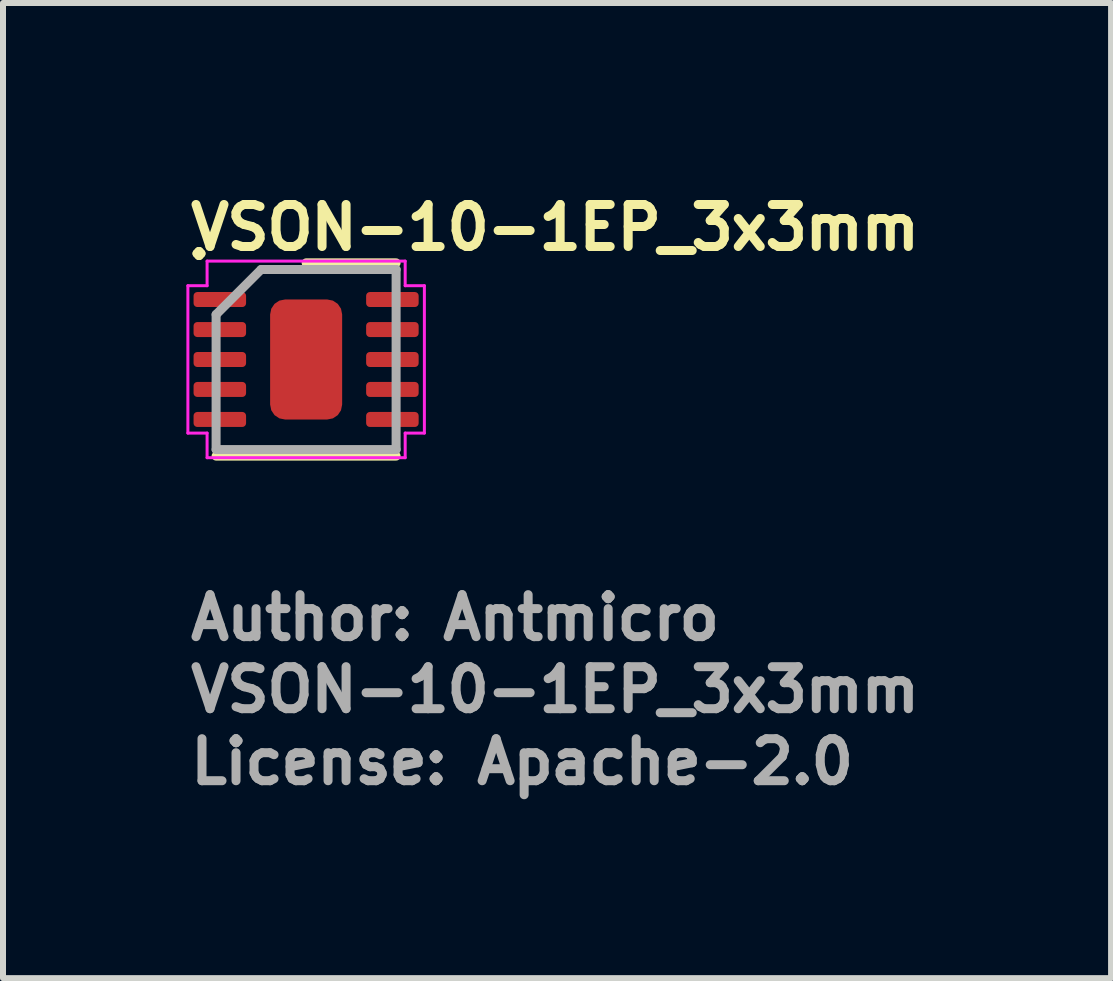
<source format=kicad_pcb>
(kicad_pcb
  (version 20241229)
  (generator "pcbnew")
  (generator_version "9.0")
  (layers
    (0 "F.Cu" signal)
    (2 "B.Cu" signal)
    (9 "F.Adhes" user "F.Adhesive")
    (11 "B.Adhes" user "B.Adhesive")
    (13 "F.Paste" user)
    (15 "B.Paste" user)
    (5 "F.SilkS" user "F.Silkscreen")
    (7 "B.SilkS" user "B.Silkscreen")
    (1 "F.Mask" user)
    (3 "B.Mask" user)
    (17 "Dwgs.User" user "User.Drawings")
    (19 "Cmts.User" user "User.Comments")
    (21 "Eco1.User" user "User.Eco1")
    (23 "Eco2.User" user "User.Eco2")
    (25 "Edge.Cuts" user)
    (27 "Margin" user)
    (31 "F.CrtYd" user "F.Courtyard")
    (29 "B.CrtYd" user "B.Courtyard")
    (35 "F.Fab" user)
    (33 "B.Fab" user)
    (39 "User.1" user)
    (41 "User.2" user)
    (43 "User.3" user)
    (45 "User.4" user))
  (footprint "VSON-10-1EP_3x3mm"
    (layer "F.Cu")
    (at 2.05 2.95)
    (property "Reference" "VSON-10-1EP_3x3mm" (at -2 -1.8 0) (layer "F.SilkS") (effects (font (size 0.7 0.7) (thickness 0.15)) (justify left bottom)))
    (attr smd)
    (fp_line (start -1.5 1.598) (end 1.499 1.598) (stroke (width 0.15) (type solid)) (layer "F.SilkS"))
    (fp_line (start 0 -1.621) (end 1.499 -1.621) (stroke (width 0.15) (type solid)) (layer "F.SilkS"))
    (fp_line (start -1.97 1.215) (end -1.97 -1.24) (stroke (width 0.05) (type solid)) (layer "F.CrtYd"))
    (fp_line (start -1.65 -1.65) (end -1.65 -1.24) (stroke (width 0.05) (type solid)) (layer "F.CrtYd"))
    (fp_line (start -1.65 -1.24) (end -1.97 -1.24) (stroke (width 0.05) (type solid)) (layer "F.CrtYd"))
    (fp_line (start -1.65 1.215) (end -1.97 1.215) (stroke (width 0.05) (type solid)) (layer "F.CrtYd"))
    (fp_line (start -1.65 1.215) (end -1.65 1.625) (stroke (width 0.05) (type solid)) (layer "F.CrtYd"))
    (fp_line (start -1.65 1.625) (end 1.65 1.625) (stroke (width 0.05) (type solid)) (layer "F.CrtYd"))
    (fp_line (start 1.65 -1.65) (end -1.65 -1.65) (stroke (width 0.05) (type solid)) (layer "F.CrtYd"))
    (fp_line (start 1.65 -1.24) (end 1.65 -1.65) (stroke (width 0.05) (type solid)) (layer "F.CrtYd"))
    (fp_line (start 1.65 -1.24) (end 1.97 -1.24) (stroke (width 0.05) (type solid)) (layer "F.CrtYd"))
    (fp_line (start 1.65 1.215) (end 1.97 1.215) (stroke (width 0.05) (type solid)) (layer "F.CrtYd"))
    (fp_line (start 1.65 1.625) (end 1.65 1.215) (stroke (width 0.05) (type solid)) (layer "F.CrtYd"))
    (fp_line (start 1.97 -1.24) (end 1.97 1.215) (stroke (width 0.05) (type solid)) (layer "F.CrtYd"))
    (fp_line (start -1.5 -0.76) (end -0.75 -1.51) (stroke (width 0.15) (type solid)) (layer "F.Fab"))
    (fp_line (start -1.5 1.489) (end -1.5 -0.76) (stroke (width 0.15) (type solid)) (layer "F.Fab"))
    (fp_line (start -0.75 -1.51) (end 1.499 -1.51) (stroke (width 0.15) (type solid)) (layer "F.Fab"))
    (fp_line (start 1.499 -1.51) (end 1.499 1.489) (stroke (width 0.15) (type solid)) (layer "F.Fab"))
    (fp_line (start 1.499 1.489) (end -1.5 1.489) (stroke (width 0.15) (type solid)) (layer "F.Fab"))
    (fp_rect (start -1.5 -1.5) (end 1.499 1.499) (stroke (width 0.1) (type solid)) (fill no) (layer "User.5"))
    (fp_line (start -1.5 -1.121) (end -1.5 -0.881) (stroke (width 0.02) (type solid)) (layer "User.9"))
    (fp_line (start -1.5 -0.881) (end -1.49 -0.881) (stroke (width 0.02) (type solid)) (layer "User.9"))
    (fp_line (start -1.5 -0.621) (end -1.5 -0.38) (stroke (width 0.02) (type solid)) (layer "User.9"))
    (fp_line (start -1.5 -0.38) (end -1.49 -0.38) (stroke (width 0.02) (type solid)) (layer "User.9"))
    (fp_line (start -1.5 -0.121) (end -1.5 0.119) (stroke (width 0.02) (type solid)) (layer "User.9"))
    (fp_line (start -1.5 0.119) (end -1.49 0.119) (stroke (width 0.02) (type solid)) (layer "User.9"))
    (fp_line (start -1.5 0.378) (end -1.5 0.618) (stroke (width 0.02) (type solid)) (layer "User.9"))
    (fp_line (start -1.5 0.618) (end -1.49 0.618) (stroke (width 0.02) (type solid)) (layer "User.9"))
    (fp_line (start -1.5 0.878) (end -1.5 1.12) (stroke (width 0.02) (type solid)) (layer "User.9"))
    (fp_line (start -1.5 1.12) (end -1.49 1.12) (stroke (width 0.02) (type solid)) (layer "User.9"))
    (fp_line (start -1.49 -1.49) (end -1.49 1.489) (stroke (width 0.02) (type solid)) (layer "User.9"))
    (fp_line (start -1.49 -1.49) (end 1.489 -1.49) (stroke (width 0.02) (type solid)) (layer "User.9"))
    (fp_line (start -1.49 -1.121) (end -1.5 -1.121) (stroke (width 0.02) (type solid)) (layer "User.9"))
    (fp_line (start -1.49 -0.621) (end -1.5 -0.621) (stroke (width 0.02) (type solid)) (layer "User.9"))
    (fp_line (start -1.49 -0.121) (end -1.5 -0.121) (stroke (width 0.02) (type solid)) (layer "User.9"))
    (fp_line (start -1.49 0.378) (end -1.5 0.378) (stroke (width 0.02) (type solid)) (layer "User.9"))
    (fp_line (start -1.49 0.878) (end -1.5 0.878) (stroke (width 0.02) (type solid)) (layer "User.9"))
    (fp_line (start -1.49 1.489) (end 1.489 1.489) (stroke (width 0.02) (type solid)) (layer "User.9"))
    (fp_line (start -1.101 -0.817) (end -1.101 -0.802) (stroke (width 0.02) (type solid)) (layer "User.9"))
    (fp_line (start -1.101 -0.802) (end -1.101 -0.802) (stroke (width 0.02) (type solid)) (layer "User.9"))
    (fp_line (start -1.101 -0.802) (end -1.101 -0.786) (stroke (width 0.02) (type solid)) (layer "User.9"))
    (fp_line (start -1.101 -0.786) (end -1.099 -0.771) (stroke (width 0.02) (type solid)) (layer "User.9"))
    (fp_line (start -1.099 -0.832) (end -1.101 -0.817) (stroke (width 0.02) (type solid)) (layer "User.9"))
    (fp_line (start -1.099 -0.771) (end -1.097 -0.755) (stroke (width 0.02) (type solid)) (layer "User.9"))
    (fp_line (start -1.097 -0.846) (end -1.099 -0.832) (stroke (width 0.02) (type solid)) (layer "User.9"))
    (fp_line (start -1.097 -0.755) (end -1.095 -0.74) (stroke (width 0.02) (type solid)) (layer "User.9"))
    (fp_line (start -1.095 -0.861) (end -1.097 -0.846) (stroke (width 0.02) (type solid)) (layer "User.9"))
    (fp_line (start -1.095 -0.74) (end -1.091 -0.726) (stroke (width 0.02) (type solid)) (layer "User.9"))
    (fp_line (start -1.091 -0.875) (end -1.095 -0.861) (stroke (width 0.02) (type solid)) (layer "User.9"))
    (fp_line (start -1.091 -0.726) (end -1.087 -0.711) (stroke (width 0.02) (type solid)) (layer "User.9"))
    (fp_line (start -1.087 -0.89) (end -1.091 -0.875) (stroke (width 0.02) (type solid)) (layer "User.9"))
    (fp_line (start -1.087 -0.711) (end -1.083 -0.698) (stroke (width 0.02) (type solid)) (layer "User.9"))
    (fp_line (start -1.083 -0.905) (end -1.087 -0.89) (stroke (width 0.02) (type solid)) (layer "User.9"))
    (fp_line (start -1.083 -0.698) (end -1.077 -0.685) (stroke (width 0.02) (type solid)) (layer "User.9"))
    (fp_line (start -1.077 -0.918) (end -1.083 -0.905) (stroke (width 0.02) (type solid)) (layer "User.9"))
    (fp_line (start -1.077 -0.685) (end -1.071 -0.671) (stroke (width 0.02) (type solid)) (layer "User.9"))
    (fp_line (start -1.071 -0.932) (end -1.077 -0.918) (stroke (width 0.02) (type solid)) (layer "User.9"))
    (fp_line (start -1.071 -0.671) (end -1.065 -0.659) (stroke (width 0.02) (type solid)) (layer "User.9"))
    (fp_line (start -1.065 -0.944) (end -1.071 -0.932) (stroke (width 0.02) (type solid)) (layer "User.9"))
    (fp_line (start -1.065 -0.659) (end -1.057 -0.646) (stroke (width 0.02) (type solid)) (layer "User.9"))
    (fp_line (start -1.057 -0.957) (end -1.065 -0.944) (stroke (width 0.02) (type solid)) (layer "User.9"))
    (fp_line (start -1.057 -0.646) (end -1.049 -0.633) (stroke (width 0.02) (type solid)) (layer "User.9"))
    (fp_line (start -1.049 -0.968) (end -1.057 -0.957) (stroke (width 0.02) (type solid)) (layer "User.9"))
    (fp_line (start -1.049 -0.633) (end -1.041 -0.621) (stroke (width 0.02) (type solid)) (layer "User.9"))
    (fp_line (start -1.041 -0.98) (end -1.049 -0.968) (stroke (width 0.02) (type solid)) (layer "User.9"))
    (fp_line (start -1.041 -0.621) (end -1.033 -0.61) (stroke (width 0.02) (type solid)) (layer "User.9"))
    (fp_line (start -1.033 -0.991) (end -1.041 -0.98) (stroke (width 0.02) (type solid)) (layer "User.9"))
    (fp_line (start -1.033 -0.61) (end -1.024 -0.599) (stroke (width 0.02) (type solid)) (layer "User.9"))
    (fp_line (start -1.024 -1.002) (end -1.033 -0.991) (stroke (width 0.02) (type solid)) (layer "User.9"))
    (fp_line (start -1.024 -0.599) (end -1.014 -0.588) (stroke (width 0.02) (type solid)) (layer "User.9"))
    (fp_line (start -1.014 -1.014) (end -1.024 -1.002) (stroke (width 0.02) (type solid)) (layer "User.9"))
    (fp_line (start -1.014 -0.588) (end -1.002 -0.578) (stroke (width 0.02) (type solid)) (layer "User.9"))
    (fp_line (start -1.002 -1.024) (end -1.014 -1.014) (stroke (width 0.02) (type solid)) (layer "User.9"))
    (fp_line (start -1.002 -0.578) (end -0.991 -0.57) (stroke (width 0.02) (type solid)) (layer "User.9"))
    (fp_line (start -0.991 -1.033) (end -1.002 -1.024) (stroke (width 0.02) (type solid)) (layer "User.9"))
    (fp_line (start -0.991 -0.57) (end -0.98 -0.561) (stroke (width 0.02) (type solid)) (layer "User.9"))
    (fp_line (start -0.98 -1.041) (end -0.991 -1.033) (stroke (width 0.02) (type solid)) (layer "User.9"))
    (fp_line (start -0.98 -0.561) (end -0.968 -0.553) (stroke (width 0.02) (type solid)) (layer "User.9"))
    (fp_line (start -0.968 -1.049) (end -0.98 -1.041) (stroke (width 0.02) (type solid)) (layer "User.9"))
    (fp_line (start -0.968 -0.553) (end -0.957 -0.545) (stroke (width 0.02) (type solid)) (layer "User.9"))
    (fp_line (start -0.957 -1.057) (end -0.968 -1.049) (stroke (width 0.02) (type solid)) (layer "User.9"))
    (fp_line (start -0.957 -0.545) (end -0.944 -0.538) (stroke (width 0.02) (type solid)) (layer "User.9"))
    (fp_line (start -0.944 -1.065) (end -0.957 -1.057) (stroke (width 0.02) (type solid)) (layer "User.9"))
    (fp_line (start -0.944 -0.538) (end -0.932 -0.531) (stroke (width 0.02) (type solid)) (layer "User.9"))
    (fp_line (start -0.932 -1.071) (end -0.944 -1.065) (stroke (width 0.02) (type solid)) (layer "User.9"))
    (fp_line (start -0.932 -0.531) (end -0.918 -0.525) (stroke (width 0.02) (type solid)) (layer "User.9"))
    (fp_line (start -0.918 -1.077) (end -0.932 -1.071) (stroke (width 0.02) (type solid)) (layer "User.9"))
    (fp_line (start -0.918 -0.525) (end -0.905 -0.52) (stroke (width 0.02) (type solid)) (layer "User.9"))
    (fp_line (start -0.905 -1.083) (end -0.918 -1.077) (stroke (width 0.02) (type solid)) (layer "User.9"))
    (fp_line (start -0.905 -0.52) (end -0.89 -0.515) (stroke (width 0.02) (type solid)) (layer "User.9"))
    (fp_line (start -0.89 -1.087) (end -0.905 -1.083) (stroke (width 0.02) (type solid)) (layer "User.9"))
    (fp_line (start -0.89 -0.515) (end -0.875 -0.51) (stroke (width 0.02) (type solid)) (layer "User.9"))
    (fp_line (start -0.875 -1.091) (end -0.89 -1.087) (stroke (width 0.02) (type solid)) (layer "User.9"))
    (fp_line (start -0.875 -0.51) (end -0.861 -0.507) (stroke (width 0.02) (type solid)) (layer "User.9"))
    (fp_line (start -0.861 -1.095) (end -0.875 -1.091) (stroke (width 0.02) (type solid)) (layer "User.9"))
    (fp_line (start -0.861 -0.507) (end -0.846 -0.504) (stroke (width 0.02) (type solid)) (layer "User.9"))
    (fp_line (start -0.846 -1.097) (end -0.861 -1.095) (stroke (width 0.02) (type solid)) (layer "User.9"))
    (fp_line (start -0.846 -0.504) (end -0.832 -0.502) (stroke (width 0.02) (type solid)) (layer "User.9"))
    (fp_line (start -0.832 -1.099) (end -0.846 -1.097) (stroke (width 0.02) (type solid)) (layer "User.9"))
    (fp_line (start -0.832 -0.502) (end -0.817 -0.501) (stroke (width 0.02) (type solid)) (layer "User.9"))
    (fp_line (start -0.817 -1.101) (end -0.832 -1.099) (stroke (width 0.02) (type solid)) (layer "User.9"))
    (fp_line (start -0.817 -0.501) (end -0.801 -0.5) (stroke (width 0.02) (type solid)) (layer "User.9"))
    (fp_line (start -0.801 -1.101) (end -0.817 -1.101) (stroke (width 0.02) (type solid)) (layer "User.9"))
    (fp_line (start -0.801 -1.101) (end -0.801 -1.101) (stroke (width 0.02) (type solid)) (layer "User.9"))
    (fp_line (start -0.801 -0.5) (end -0.801 -0.5) (stroke (width 0.02) (type solid)) (layer "User.9"))
    (fp_line (start -0.801 -0.5) (end -0.786 -0.501) (stroke (width 0.02) (type solid)) (layer "User.9"))
    (fp_line (start -0.786 -1.101) (end -0.801 -1.101) (stroke (width 0.02) (type solid)) (layer "User.9"))
    (fp_line (start -0.786 -0.501) (end -0.771 -0.502) (stroke (width 0.02) (type solid)) (layer "User.9"))
    (fp_line (start -0.771 -1.099) (end -0.786 -1.101) (stroke (width 0.02) (type solid)) (layer "User.9"))
    (fp_line (start -0.771 -0.502) (end -0.755 -0.504) (stroke (width 0.02) (type solid)) (layer "User.9"))
    (fp_line (start -0.755 -1.097) (end -0.771 -1.099) (stroke (width 0.02) (type solid)) (layer "User.9"))
    (fp_line (start -0.755 -0.504) (end -0.74 -0.507) (stroke (width 0.02) (type solid)) (layer "User.9"))
    (fp_line (start -0.74 -1.095) (end -0.755 -1.097) (stroke (width 0.02) (type solid)) (layer "User.9"))
    (fp_line (start -0.74 -0.507) (end -0.726 -0.51) (stroke (width 0.02) (type solid)) (layer "User.9"))
    (fp_line (start -0.726 -1.091) (end -0.74 -1.095) (stroke (width 0.02) (type solid)) (layer "User.9"))
    (fp_line (start -0.726 -0.51) (end -0.711 -0.515) (stroke (width 0.02) (type solid)) (layer "User.9"))
    (fp_line (start -0.711 -1.087) (end -0.726 -1.091) (stroke (width 0.02) (type solid)) (layer "User.9"))
    (fp_line (start -0.711 -0.515) (end -0.698 -0.52) (stroke (width 0.02) (type solid)) (layer "User.9"))
    (fp_line (start -0.698 -1.083) (end -0.711 -1.087) (stroke (width 0.02) (type solid)) (layer "User.9"))
    (fp_line (start -0.698 -0.52) (end -0.685 -0.525) (stroke (width 0.02) (type solid)) (layer "User.9"))
    (fp_line (start -0.685 -1.077) (end -0.698 -1.083) (stroke (width 0.02) (type solid)) (layer "User.9"))
    (fp_line (start -0.685 -0.525) (end -0.671 -0.531) (stroke (width 0.02) (type solid)) (layer "User.9"))
    (fp_line (start -0.671 -1.071) (end -0.685 -1.077) (stroke (width 0.02) (type solid)) (layer "User.9"))
    (fp_line (start -0.671 -0.531) (end -0.659 -0.538) (stroke (width 0.02) (type solid)) (layer "User.9"))
    (fp_line (start -0.659 -1.065) (end -0.671 -1.071) (stroke (width 0.02) (type solid)) (layer "User.9"))
    (fp_line (start -0.659 -0.538) (end -0.646 -0.545) (stroke (width 0.02) (type solid)) (layer "User.9"))
    (fp_line (start -0.646 -1.057) (end -0.659 -1.065) (stroke (width 0.02) (type solid)) (layer "User.9"))
    (fp_line (start -0.646 -0.545) (end -0.633 -0.553) (stroke (width 0.02) (type solid)) (layer "User.9"))
    (fp_line (start -0.633 -1.049) (end -0.646 -1.057) (stroke (width 0.02) (type solid)) (layer "User.9"))
    (fp_line (start -0.633 -0.553) (end -0.621 -0.561) (stroke (width 0.02) (type solid)) (layer "User.9"))
    (fp_line (start -0.621 -1.041) (end -0.633 -1.049) (stroke (width 0.02) (type solid)) (layer "User.9"))
    (fp_line (start -0.621 -0.561) (end -0.61 -0.57) (stroke (width 0.02) (type solid)) (layer "User.9"))
    (fp_line (start -0.61 -1.033) (end -0.621 -1.041) (stroke (width 0.02) (type solid)) (layer "User.9"))
    (fp_line (start -0.61 -0.57) (end -0.599 -0.578) (stroke (width 0.02) (type solid)) (layer "User.9"))
    (fp_line (start -0.599 -1.024) (end -0.61 -1.033) (stroke (width 0.02) (type solid)) (layer "User.9"))
    (fp_line (start -0.599 -0.578) (end -0.588 -0.588) (stroke (width 0.02) (type solid)) (layer "User.9"))
    (fp_line (start -0.588 -1.014) (end -0.599 -1.024) (stroke (width 0.02) (type solid)) (layer "User.9"))
    (fp_line (start -0.588 -0.588) (end -0.578 -0.599) (stroke (width 0.02) (type solid)) (layer "User.9"))
    (fp_line (start -0.578 -1.002) (end -0.588 -1.014) (stroke (width 0.02) (type solid)) (layer "User.9"))
    (fp_line (start -0.578 -0.599) (end -0.57 -0.61) (stroke (width 0.02) (type solid)) (layer "User.9"))
    (fp_line (start -0.57 -0.991) (end -0.578 -1.002) (stroke (width 0.02) (type solid)) (layer "User.9"))
    (fp_line (start -0.57 -0.61) (end -0.561 -0.621) (stroke (width 0.02) (type solid)) (layer "User.9"))
    (fp_line (start -0.561 -0.98) (end -0.57 -0.991) (stroke (width 0.02) (type solid)) (layer "User.9"))
    (fp_line (start -0.561 -0.621) (end -0.553 -0.633) (stroke (width 0.02) (type solid)) (layer "User.9"))
    (fp_line (start -0.553 -0.968) (end -0.561 -0.98) (stroke (width 0.02) (type solid)) (layer "User.9"))
    (fp_line (start -0.553 -0.633) (end -0.545 -0.646) (stroke (width 0.02) (type solid)) (layer "User.9"))
    (fp_line (start -0.545 -0.957) (end -0.553 -0.968) (stroke (width 0.02) (type solid)) (layer "User.9"))
    (fp_line (start -0.545 -0.646) (end -0.538 -0.659) (stroke (width 0.02) (type solid)) (layer "User.9"))
    (fp_line (start -0.538 -0.944) (end -0.545 -0.957) (stroke (width 0.02) (type solid)) (layer "User.9"))
    (fp_line (start -0.538 -0.659) (end -0.531 -0.671) (stroke (width 0.02) (type solid)) (layer "User.9"))
    (fp_line (start -0.531 -0.932) (end -0.538 -0.944) (stroke (width 0.02) (type solid)) (layer "User.9"))
    (fp_line (start -0.531 -0.671) (end -0.525 -0.685) (stroke (width 0.02) (type solid)) (layer "User.9"))
    (fp_line (start -0.525 -0.918) (end -0.531 -0.932) (stroke (width 0.02) (type solid)) (layer "User.9"))
    (fp_line (start -0.525 -0.685) (end -0.52 -0.698) (stroke (width 0.02) (type solid)) (layer "User.9"))
    (fp_line (start -0.52 -0.905) (end -0.525 -0.918) (stroke (width 0.02) (type solid)) (layer "User.9"))
    (fp_line (start -0.52 -0.698) (end -0.515 -0.711) (stroke (width 0.02) (type solid)) (layer "User.9"))
    (fp_line (start -0.515 -0.89) (end -0.52 -0.905) (stroke (width 0.02) (type solid)) (layer "User.9"))
    (fp_line (start -0.515 -0.711) (end -0.51 -0.726) (stroke (width 0.02) (type solid)) (layer "User.9"))
    (fp_line (start -0.51 -0.875) (end -0.515 -0.89) (stroke (width 0.02) (type solid)) (layer "User.9"))
    (fp_line (start -0.51 -0.726) (end -0.507 -0.74) (stroke (width 0.02) (type solid)) (layer "User.9"))
    (fp_line (start -0.507 -0.861) (end -0.51 -0.875) (stroke (width 0.02) (type solid)) (layer "User.9"))
    (fp_line (start -0.507 -0.74) (end -0.504 -0.755) (stroke (width 0.02) (type solid)) (layer "User.9"))
    (fp_line (start -0.504 -0.846) (end -0.507 -0.861) (stroke (width 0.02) (type solid)) (layer "User.9"))
    (fp_line (start -0.504 -0.755) (end -0.502 -0.771) (stroke (width 0.02) (type solid)) (layer "User.9"))
    (fp_line (start -0.502 -0.832) (end -0.504 -0.846) (stroke (width 0.02) (type solid)) (layer "User.9"))
    (fp_line (start -0.502 -0.771) (end -0.501 -0.786) (stroke (width 0.02) (type solid)) (layer "User.9"))
    (fp_line (start -0.501 -0.817) (end -0.502 -0.832) (stroke (width 0.02) (type solid)) (layer "User.9"))
    (fp_line (start -0.501 -0.786) (end -0.5 -0.802) (stroke (width 0.02) (type solid)) (layer "User.9"))
    (fp_line (start -0.5 -0.802) (end -0.501 -0.817) (stroke (width 0.02) (type solid)) (layer "User.9"))
    (fp_line (start -0.5 -0.802) (end -0.5 -0.802) (stroke (width 0.02) (type solid)) (layer "User.9"))
    (fp_line (start -0.5 -0.802) (end -0.5 -0.802) (stroke (width 0.02) (type solid)) (layer "User.9"))
    (fp_line (start -0.37 -1.5) (end -0.37 -1.49) (stroke (width 0.02) (type solid)) (layer "User.9"))
    (fp_line (start -0.37 1.489) (end -0.37 1.499) (stroke (width 0.02) (type solid)) (layer "User.9"))
    (fp_line (start -0.37 1.499) (end -0.131 1.499) (stroke (width 0.02) (type solid)) (layer "User.9"))
    (fp_line (start -0.131 -1.5) (end -0.37 -1.5) (stroke (width 0.02) (type solid)) (layer "User.9"))
    (fp_line (start -0.131 -1.49) (end -0.131 -1.5) (stroke (width 0.02) (type solid)) (layer "User.9"))
    (fp_line (start -0.131 1.499) (end -0.131 1.489) (stroke (width 0.02) (type solid)) (layer "User.9"))
    (fp_line (start 0.13 -1.5) (end 0.13 -1.49) (stroke (width 0.02) (type solid)) (layer "User.9"))
    (fp_line (start 0.13 1.489) (end 0.13 1.499) (stroke (width 0.02) (type solid)) (layer "User.9"))
    (fp_line (start 0.13 1.499) (end 0.368 1.499) (stroke (width 0.02) (type solid)) (layer "User.9"))
    (fp_line (start 0.368 -1.5) (end 0.13 -1.5) (stroke (width 0.02) (type solid)) (layer "User.9"))
    (fp_line (start 0.368 -1.49) (end 0.368 -1.5) (stroke (width 0.02) (type solid)) (layer "User.9"))
    (fp_line (start 0.368 1.499) (end 0.368 1.489) (stroke (width 0.02) (type solid)) (layer "User.9"))
    (fp_line (start 1.489 -1.49) (end 1.489 1.489) (stroke (width 0.02) (type solid)) (layer "User.9"))
    (fp_line (start 1.489 -0.881) (end 1.499 -0.881) (stroke (width 0.02) (type solid)) (layer "User.9"))
    (fp_line (start 1.489 -0.38) (end 1.499 -0.38) (stroke (width 0.02) (type solid)) (layer "User.9"))
    (fp_line (start 1.489 0.119) (end 1.499 0.119) (stroke (width 0.02) (type solid)) (layer "User.9"))
    (fp_line (start 1.489 0.618) (end 1.499 0.618) (stroke (width 0.02) (type solid)) (layer "User.9"))
    (fp_line (start 1.489 1.12) (end 1.499 1.12) (stroke (width 0.02) (type solid)) (layer "User.9"))
    (fp_line (start 1.499 -1.121) (end 1.489 -1.121) (stroke (width 0.02) (type solid)) (layer "User.9"))
    (fp_line (start 1.499 -0.881) (end 1.499 -1.121) (stroke (width 0.02) (type solid)) (layer "User.9"))
    (fp_line (start 1.499 -0.621) (end 1.489 -0.621) (stroke (width 0.02) (type solid)) (layer "User.9"))
    (fp_line (start 1.499 -0.38) (end 1.499 -0.621) (stroke (width 0.02) (type solid)) (layer "User.9"))
    (fp_line (start 1.499 -0.121) (end 1.489 -0.121) (stroke (width 0.02) (type solid)) (layer "User.9"))
    (fp_line (start 1.499 0.119) (end 1.499 -0.121) (stroke (width 0.02) (type solid)) (layer "User.9"))
    (fp_line (start 1.499 0.378) (end 1.489 0.378) (stroke (width 0.02) (type solid)) (layer "User.9"))
    (fp_line (start 1.499 0.618) (end 1.499 0.378) (stroke (width 0.02) (type solid)) (layer "User.9"))
    (fp_line (start 1.499 0.878) (end 1.489 0.878) (stroke (width 0.02) (type solid)) (layer "User.9"))
    (fp_line (start 1.499 1.12) (end 1.499 0.878) (stroke (width 0.02) (type solid)) (layer "User.9"))
    (fp_text user "." (at -2.05 -1.65 0) (layer "F.SilkS") (effects (font (size 0.7 0.7) (thickness 0.15)) (justify left bottom)))
    (fp_text user "License: Apache-2.0" (at -2 7.1 0) (layer "F.Fab") (effects (font (size 0.7 0.7) (thickness 0.15)) (justify left bottom)))
    (fp_text user "Author: Antmicro" (at -2 4.7 0) (layer "F.Fab") (effects (font (size 0.7 0.7) (thickness 0.15)) (justify left bottom)))
    (fp_text user "${REFERENCE}" (at -2 5.9 0) (layer "F.Fab") (effects (font (size 0.7 0.7) (thickness 0.15)) (justify left bottom)))
    (pad "" smd roundrect (at -0.3 -0.51) (size 0.48 0.81) (layers "F.Paste") (roundrect_rratio 0.25))
    (pad "" smd roundrect (at -0.3 0.488) (size 0.48 0.81) (layers "F.Paste") (roundrect_rratio 0.25))
    (pad "" smd roundrect (at 0.299 -0.51) (size 0.48 0.81) (layers "F.Paste") (roundrect_rratio 0.25))
    (pad "" smd roundrect (at 0.299 0.488) (size 0.48 0.81) (layers "F.Paste") (roundrect_rratio 0.25))
    (pad "1" smd roundrect (at -1.438 -1.01) (size 0.875 0.25) (layers "F.Cu" "F.Mask" "F.Paste") (roundrect_rratio 0.25))
    (pad "2" smd roundrect (at -1.438 -0.51) (size 0.875 0.25) (layers "F.Cu" "F.Mask" "F.Paste") (roundrect_rratio 0.25))
    (pad "3" smd roundrect (at -1.438 -0.011) (size 0.875 0.25) (layers "F.Cu" "F.Mask" "F.Paste") (roundrect_rratio 0.25))
    (pad "4" smd roundrect (at -1.438 0.488) (size 0.875 0.25) (layers "F.Cu" "F.Mask" "F.Paste") (roundrect_rratio 0.25))
    (pad "5" smd roundrect (at -1.438 0.988) (size 0.875 0.25) (layers "F.Cu" "F.Mask" "F.Paste") (roundrect_rratio 0.25))
    (pad "6" smd roundrect (at 1.437 0.988) (size 0.875 0.25) (layers "F.Cu" "F.Mask" "F.Paste") (roundrect_rratio 0.25))
    (pad "7" smd roundrect (at 1.437 0.488) (size 0.875 0.25) (layers "F.Cu" "F.Mask" "F.Paste") (roundrect_rratio 0.25))
    (pad "8" smd roundrect (at 1.437 -0.011) (size 0.875 0.25) (layers "F.Cu" "F.Mask" "F.Paste") (roundrect_rratio 0.25))
    (pad "9" smd roundrect (at 1.437 -0.51) (size 0.875 0.25) (layers "F.Cu" "F.Mask" "F.Paste") (roundrect_rratio 0.25))
    (pad "10" smd roundrect (at 1.437 -1.01) (size 0.875 0.25) (layers "F.Cu" "F.Mask" "F.Paste") (roundrect_rratio 0.25))
    (pad "11" smd roundrect (at 0 -0.011) (size 1.2 2) (layers "F.Cu" "F.Mask") (roundrect_rratio 0.208)))
  (gr_rect
    (start -3 -3)
    (end 15.46 13.245)
    (stroke (width 0.1) (type default))
    (fill no)
    (layer "Edge.Cuts")))
</source>
